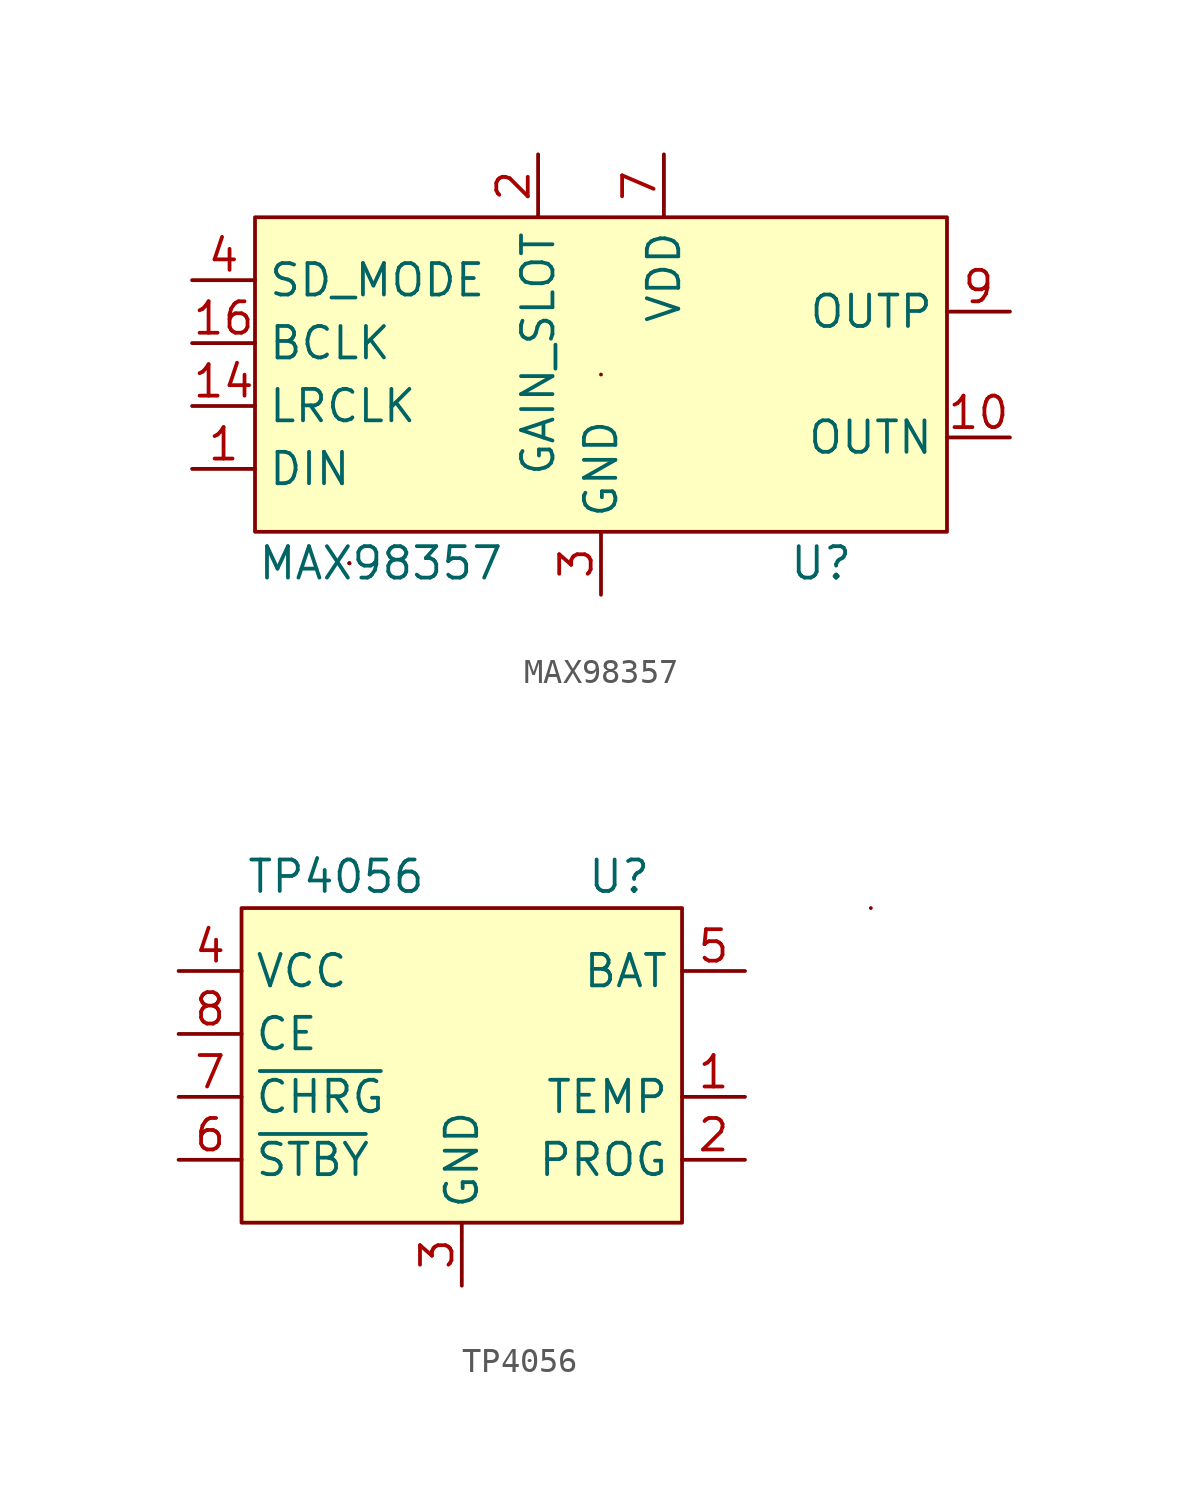
<source format=kicad_sym>
(kicad_symbol_lib
  (version 20211014)
  (generator kicad_symbol_editor)
  (symbol "MAX98357"
    (property "Reference" "U"
      (at 8.89 -7.62 0)
      (effects (font (size 1.27 1.27))))
    (property "Value" "MAX98357"
      (at -8.89 -7.62 0)
      (effects (font (size 1.27 1.27))))
    (symbol "MAX98357_0_1"
      (rectangle (start -13.97 6.35) (end 13.97 -6.35) (stroke (width 0) (type default) (color 0 0 0 0)) (fill (type background)))
      (rectangle (start -10.16 -7.62) (end -10.16 -7.62) (stroke (width 0) (type default) (color 0 0 0 0)) (fill (type none)))
      (rectangle (start -10.16 -7.62) (end -10.16 -7.62) (stroke (width 0) (type default) (color 0 0 0 0)) (fill (type none)))
      (rectangle (start -10.16 -7.62) (end -10.16 -7.62) (stroke (width 0) (type default) (color 0 0 0 0)) (fill (type outline)))
      (rectangle (start 0 0) (end 0 0) (stroke (width 0) (type default) (color 0 0 0 0)) (fill (type none))))
    (symbol "MAX98357_1_1"
      (pin input line (at -16.51 -3.81 0) (length 2.54) (name "DIN" (effects (font (size 1.27 1.27)))) (number "1" (effects (font (size 1.27 1.27)))))
      (pin output line (at 16.51 -2.54 180) (length 2.54) (name "OUTN" (effects (font (size 1.27 1.27)))) (number "10" (effects (font (size 1.27 1.27)))))
      (pin input line (at -16.51 -1.27 0) (length 2.54) (name "LRCLK" (effects (font (size 1.27 1.27)))) (number "14" (effects (font (size 1.27 1.27)))))
      (pin input line (at -16.51 1.27 0) (length 2.54) (name "BCLK" (effects (font (size 1.27 1.27)))) (number "16" (effects (font (size 1.27 1.27)))))
      (pin power_in line (at -2.54 8.89 270) (length 2.54) (name "GAIN_SLOT" (effects (font (size 1.27 1.27)))) (number "2" (effects (font (size 1.27 1.27)))))
      (pin passive line (at 0 -8.89 90) (length 2.54) (name "GND" (effects (font (size 1.27 1.27)))) (number "3" (effects (font (size 1.27 1.27)))))
      (pin input line (at -16.51 3.81 0) (length 2.54) (name "SD_MODE" (effects (font (size 1.27 1.27)))) (number "4" (effects (font (size 1.27 1.27)))))
      (pin power_in line (at 2.54 8.89 270) (length 2.54) (name "VDD" (effects (font (size 1.27 1.27)))) (number "7" (effects (font (size 1.27 1.27)))))
      (pin output line (at 16.51 2.54 180) (length 2.54) (name "OUTP" (effects (font (size 1.27 1.27)))) (number "9" (effects (font (size 1.27 1.27)))))))
  (symbol "TP4056"
    (property "Reference" "U"
      (at 6.35 7.62 0)
      (effects (font (size 1.27 1.27))))
    (property "Value" "TP4056"
      (at -5.08 7.62 0)
      (effects (font (size 1.27 1.27))))
    (symbol "TP4056_0_1"
      (rectangle (start -8.89 -6.35) (end 8.89 6.35) (stroke (width 0) (type default) (color 0 0 0 0)) (fill (type background)))
      (rectangle (start 16.51 6.35) (end 16.51 6.35) (stroke (width 0) (type default) (color 0 0 0 0)) (fill (type none))))
    (symbol "TP4056_1_1"
      (pin input line (at 11.43 -1.27 180) (length 2.54) (name "TEMP" (effects (font (size 1.27 1.27)))) (number "1" (effects (font (size 1.27 1.27)))))
      (pin input line (at 11.43 -3.81 180) (length 2.54) (name "PROG" (effects (font (size 1.27 1.27)))) (number "2" (effects (font (size 1.27 1.27)))))
      (pin passive line (at 0 -8.89 90) (length 2.54) (name "GND" (effects (font (size 1.27 1.27)))) (number "3" (effects (font (size 1.27 1.27)))))
      (pin power_in line (at -11.43 3.81 0) (length 2.54) (name "VCC" (effects (font (size 1.27 1.27)))) (number "4" (effects (font (size 1.27 1.27)))))
      (pin power_out line (at 11.43 3.81 180) (length 2.54) (name "BAT" (effects (font (size 1.27 1.27)))) (number "5" (effects (font (size 1.27 1.27)))))
      (pin tri_state line (at -11.43 -3.81 0) (length 2.54) (name "~{STBY}" (effects (font (size 1.27 1.27)))) (number "6" (effects (font (size 1.27 1.27)))))
      (pin tri_state line (at -11.43 -1.27 0) (length 2.54) (name "~{CHRG}" (effects (font (size 1.27 1.27)))) (number "7" (effects (font (size 1.27 1.27)))))
      (pin input line (at -11.43 1.27 0) (length 2.54) (name "CE" (effects (font (size 1.27 1.27)))) (number "8" (effects (font (size 1.27 1.27))))))))
</source>
